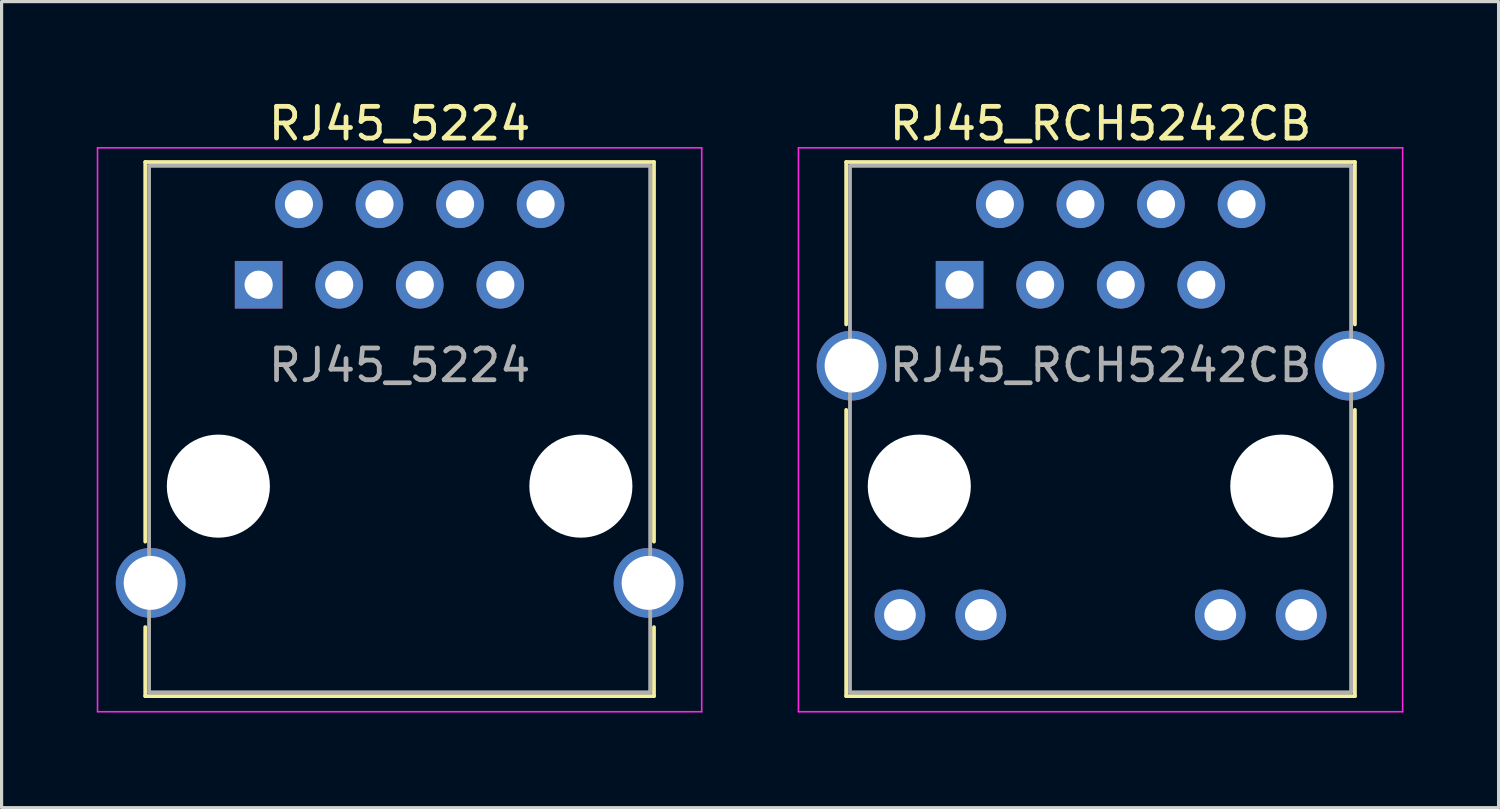
<source format=kicad_pcb>
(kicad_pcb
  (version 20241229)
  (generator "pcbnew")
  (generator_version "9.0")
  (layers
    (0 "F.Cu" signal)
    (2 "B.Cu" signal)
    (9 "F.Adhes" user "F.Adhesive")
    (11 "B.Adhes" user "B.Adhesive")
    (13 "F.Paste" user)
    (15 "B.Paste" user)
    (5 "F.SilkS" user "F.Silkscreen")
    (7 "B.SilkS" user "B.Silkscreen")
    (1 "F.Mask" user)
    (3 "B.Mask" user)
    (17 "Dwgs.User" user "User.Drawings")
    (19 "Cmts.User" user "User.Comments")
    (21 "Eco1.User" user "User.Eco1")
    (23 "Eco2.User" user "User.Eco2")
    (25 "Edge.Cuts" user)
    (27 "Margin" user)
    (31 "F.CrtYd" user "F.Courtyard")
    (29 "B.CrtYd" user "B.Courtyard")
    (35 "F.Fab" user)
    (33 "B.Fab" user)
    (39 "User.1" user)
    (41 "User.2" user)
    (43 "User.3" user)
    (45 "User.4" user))
  (footprint "RJ45_5224"
    (layer "F.Cu")
    (at 5.105 5.928)
    (property "Reference" "RJ45_5224" (at 4.445 -5.08 0) (layer "F.SilkS") (effects (font (size 1 1) (thickness 0.15))))
    (attr through_hole)
    (fp_line (start -3.575 -3.87) (end 12.465 -3.87) (stroke (width 0.12) (type solid)) (layer "F.SilkS"))
    (fp_line (start -3.575 8.1) (end -3.575 -3.87) (stroke (width 0.12) (type solid)) (layer "F.SilkS"))
    (fp_line (start -3.575 12.97) (end -3.575 10.795) (stroke (width 0.12) (type solid)) (layer "F.SilkS"))
    (fp_line (start -3.575 12.97) (end 12.465 12.97) (stroke (width 0.12) (type solid)) (layer "F.SilkS"))
    (fp_line (start 12.465 -3.87) (end 12.465 8.1) (stroke (width 0.12) (type solid)) (layer "F.SilkS"))
    (fp_line (start 12.465 12.97) (end 12.465 10.795) (stroke (width 0.12) (type solid)) (layer "F.SilkS"))
    (fp_line (start -5.08 -4.318) (end 13.97 -4.318) (stroke (width 0.05) (type solid)) (layer "F.CrtYd"))
    (fp_line (start -5.08 13.462) (end -5.08 -4.318) (stroke (width 0.05) (type solid)) (layer "F.CrtYd"))
    (fp_line (start 13.97 -4.318) (end 13.97 13.462) (stroke (width 0.05) (type solid)) (layer "F.CrtYd"))
    (fp_line (start 13.97 13.462) (end -5.08 13.462) (stroke (width 0.05) (type solid)) (layer "F.CrtYd"))
    (fp_line (start -3.455 -3.75) (end 12.345 -3.75) (stroke (width 0.12) (type solid)) (layer "F.Fab"))
    (fp_line (start -3.455 12.85) (end -3.455 -3.75) (stroke (width 0.12) (type solid)) (layer "F.Fab"))
    (fp_line (start 12.345 -3.75) (end 12.345 12.85) (stroke (width 0.12) (type solid)) (layer "F.Fab"))
    (fp_line (start 12.345 12.85) (end -3.455 12.85) (stroke (width 0.12) (type solid)) (layer "F.Fab"))
    (fp_text user "${REFERENCE}" (at 4.445 2.54 0) (layer "F.Fab") (effects (font (size 1 1) (thickness 0.15))))
    (pad "" np_thru_hole circle (at -1.27 6.35) (size 3.25 3.25) (drill 3.25) (layers "*.Cu" "*.Mask"))
    (pad "" np_thru_hole circle (at 10.16 6.35) (size 3.25 3.25) (drill 3.25) (layers "*.Cu" "*.Mask"))
    (pad "1" thru_hole rect (at 0 0) (size 1.5 1.5) (drill 0.89) (layers "*.Cu" "*.Mask"))
    (pad "2" thru_hole circle (at 1.27 -2.54) (size 1.5 1.5) (drill 0.89) (layers "*.Cu" "*.Mask"))
    (pad "3" thru_hole circle (at 2.54 0) (size 1.5 1.5) (drill 0.89) (layers "*.Cu" "*.Mask"))
    (pad "4" thru_hole circle (at 3.81 -2.54) (size 1.5 1.5) (drill 0.89) (layers "*.Cu" "*.Mask"))
    (pad "5" thru_hole circle (at 5.08 0) (size 1.5 1.5) (drill 0.89) (layers "*.Cu" "*.Mask"))
    (pad "6" thru_hole circle (at 6.35 -2.54) (size 1.5 1.5) (drill 0.89) (layers "*.Cu" "*.Mask"))
    (pad "7" thru_hole circle (at 7.62 0) (size 1.5 1.5) (drill 0.89) (layers "*.Cu" "*.Mask"))
    (pad "8" thru_hole circle (at 8.89 -2.54) (size 1.5 1.5) (drill 0.89) (layers "*.Cu" "*.Mask"))
    (pad "SH" thru_hole circle (at -3.405 9.4) (size 2.2 2.2) (drill 1.7) (layers "*.Cu" "*.Mask"))
    (pad "SH" thru_hole circle (at 12.295 9.4) (size 2.2 2.2) (drill 1.7) (layers "*.Cu" "*.Mask")))
  (footprint "RJ45_RCH5242CB"
    (layer "F.Cu")
    (at 27.205 5.928)
    (property "Reference" "RJ45_RCH5242CB" (at 4.445 -5.08 0) (layer "F.SilkS") (effects (font (size 1 1) (thickness 0.15))))
    (attr through_hole)
    (fp_line (start -3.575 -3.87) (end 12.465 -3.87) (stroke (width 0.12) (type solid)) (layer "F.SilkS"))
    (fp_line (start -3.575 1.25) (end -3.575 -3.87) (stroke (width 0.12) (type solid)) (layer "F.SilkS"))
    (fp_line (start -3.575 12.97) (end -3.575 3.945) (stroke (width 0.12) (type solid)) (layer "F.SilkS"))
    (fp_line (start -3.575 12.97) (end 12.465 12.97) (stroke (width 0.12) (type solid)) (layer "F.SilkS"))
    (fp_line (start 12.465 -3.87) (end 12.465 1.25) (stroke (width 0.12) (type solid)) (layer "F.SilkS"))
    (fp_line (start 12.465 12.97) (end 12.465 3.945) (stroke (width 0.12) (type solid)) (layer "F.SilkS"))
    (fp_line (start -5.08 -4.318) (end 13.97 -4.318) (stroke (width 0.05) (type solid)) (layer "F.CrtYd"))
    (fp_line (start -5.08 13.462) (end -5.08 -4.318) (stroke (width 0.05) (type solid)) (layer "F.CrtYd"))
    (fp_line (start 13.97 -4.318) (end 13.97 13.462) (stroke (width 0.05) (type solid)) (layer "F.CrtYd"))
    (fp_line (start 13.97 13.462) (end -5.08 13.462) (stroke (width 0.05) (type solid)) (layer "F.CrtYd"))
    (fp_line (start -3.455 -3.75) (end 12.345 -3.75) (stroke (width 0.12) (type solid)) (layer "F.Fab"))
    (fp_line (start -3.455 12.85) (end -3.455 -3.75) (stroke (width 0.12) (type solid)) (layer "F.Fab"))
    (fp_line (start 12.345 -3.75) (end 12.345 12.85) (stroke (width 0.12) (type solid)) (layer "F.Fab"))
    (fp_line (start 12.345 12.85) (end -3.455 12.85) (stroke (width 0.12) (type solid)) (layer "F.Fab"))
    (fp_text user "${REFERENCE}" (at 4.445 2.54 0) (layer "F.Fab") (effects (font (size 1 1) (thickness 0.15))))
    (pad "" np_thru_hole circle (at -1.27 6.35) (size 3.25 3.25) (drill 3.25) (layers "*.Cu" "*.Mask"))
    (pad "" np_thru_hole circle (at 10.16 6.35) (size 3.25 3.25) (drill 3.25) (layers "*.Cu" "*.Mask"))
    (pad "1" thru_hole rect (at 0 0) (size 1.5 1.5) (drill 0.89) (layers "*.Cu" "*.Mask"))
    (pad "2" thru_hole circle (at 1.27 -2.54) (size 1.5 1.5) (drill 0.89) (layers "*.Cu" "*.Mask"))
    (pad "3" thru_hole circle (at 2.54 0) (size 1.5 1.5) (drill 0.89) (layers "*.Cu" "*.Mask"))
    (pad "4" thru_hole circle (at 3.81 -2.54) (size 1.5 1.5) (drill 0.89) (layers "*.Cu" "*.Mask"))
    (pad "5" thru_hole circle (at 5.08 0) (size 1.5 1.5) (drill 0.89) (layers "*.Cu" "*.Mask"))
    (pad "6" thru_hole circle (at 6.35 -2.54) (size 1.5 1.5) (drill 0.89) (layers "*.Cu" "*.Mask"))
    (pad "7" thru_hole circle (at 7.62 0) (size 1.5 1.5) (drill 0.89) (layers "*.Cu" "*.Mask"))
    (pad "8" thru_hole circle (at 8.89 -2.54) (size 1.5 1.5) (drill 0.89) (layers "*.Cu" "*.Mask"))
    (pad "9" thru_hole circle (at -1.88 10.41) (size 1.6 1.6) (drill 1) (layers "*.Cu" "*.Mask"))
    (pad "10" thru_hole circle (at 0.67 10.41) (size 1.6 1.6) (drill 1) (layers "*.Cu" "*.Mask"))
    (pad "11" thru_hole circle (at 8.22 10.41) (size 1.6 1.6) (drill 1) (layers "*.Cu" "*.Mask"))
    (pad "12" thru_hole circle (at 10.77 10.41) (size 1.6 1.6) (drill 1) (layers "*.Cu" "*.Mask"))
    (pad "SH" thru_hole circle (at -3.405 2.55) (size 2.2 2.2) (drill 1.7) (layers "*.Cu" "*.Mask"))
    (pad "SH" thru_hole circle (at 12.295 2.55) (size 2.2 2.2) (drill 1.7) (layers "*.Cu" "*.Mask")))
  (gr_rect
    (start -3 -3)
    (end 44.2 22.415)
    (stroke (width 0.1) (type default))
    (fill no)
    (layer "Edge.Cuts")))
</source>
